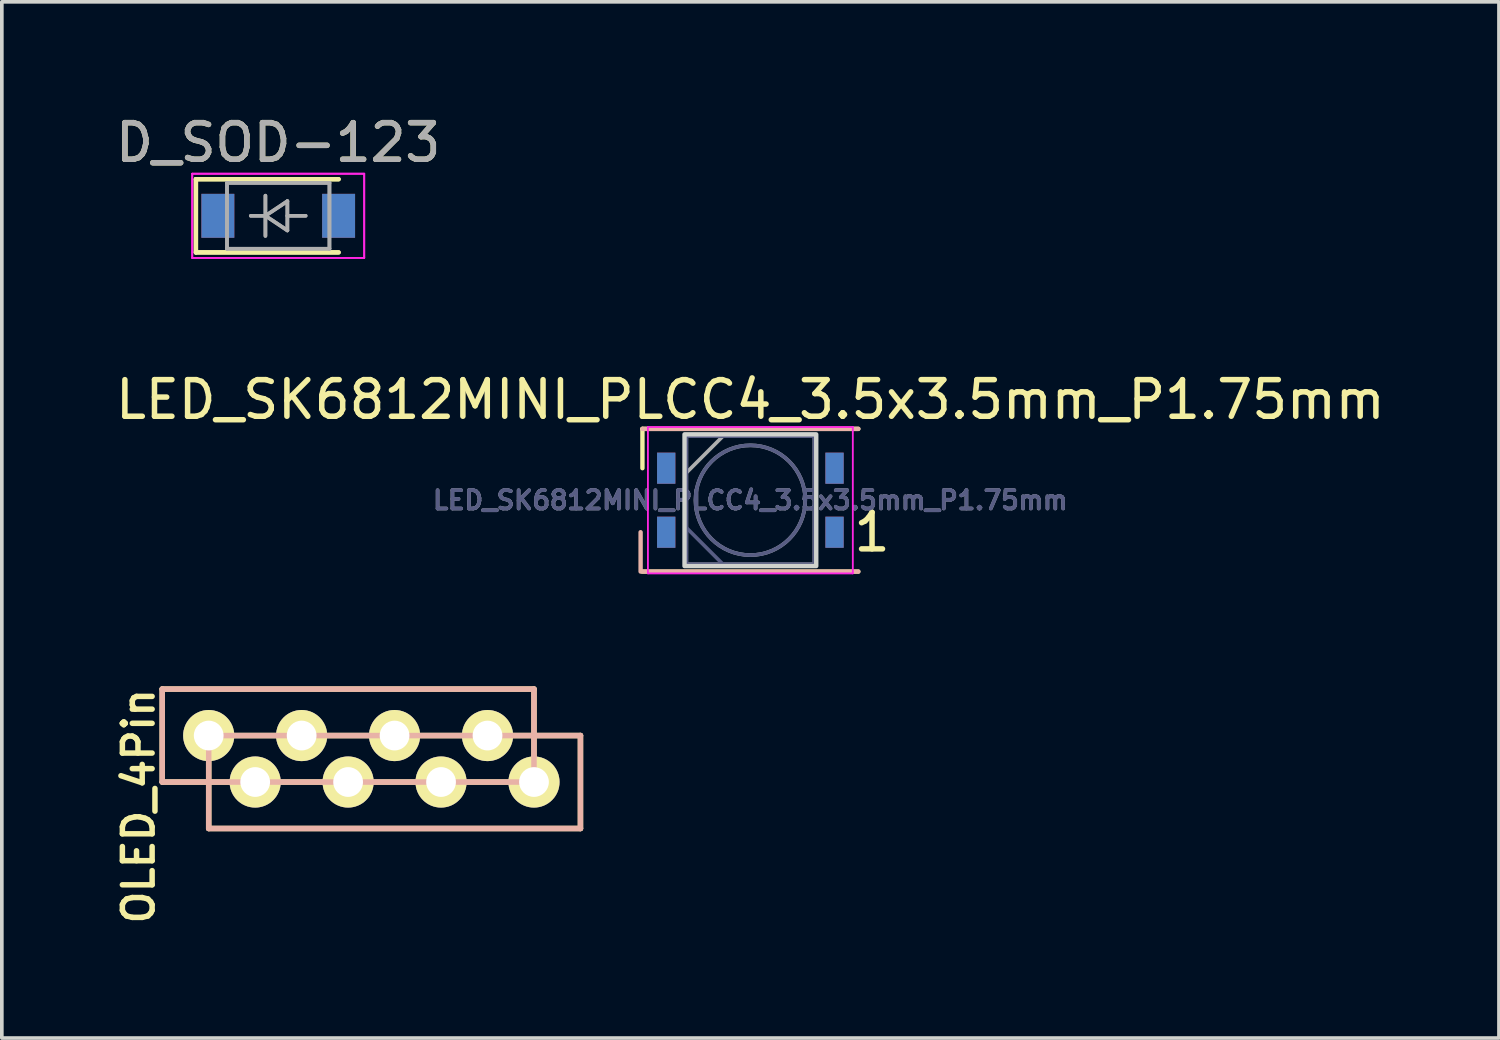
<source format=kicad_pcb>
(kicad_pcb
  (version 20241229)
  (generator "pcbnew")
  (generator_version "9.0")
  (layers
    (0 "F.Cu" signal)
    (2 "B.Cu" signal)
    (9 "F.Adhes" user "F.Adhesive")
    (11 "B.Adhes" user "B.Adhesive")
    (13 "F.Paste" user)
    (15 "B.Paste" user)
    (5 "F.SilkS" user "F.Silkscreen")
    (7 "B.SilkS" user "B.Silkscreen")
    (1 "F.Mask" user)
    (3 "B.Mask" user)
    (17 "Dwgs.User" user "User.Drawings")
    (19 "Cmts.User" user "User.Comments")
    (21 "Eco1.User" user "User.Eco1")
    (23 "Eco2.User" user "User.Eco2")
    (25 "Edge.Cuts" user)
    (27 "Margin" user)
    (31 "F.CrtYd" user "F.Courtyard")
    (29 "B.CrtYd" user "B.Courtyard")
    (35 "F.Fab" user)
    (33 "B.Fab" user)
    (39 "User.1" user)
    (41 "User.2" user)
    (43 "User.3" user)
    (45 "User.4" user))
  (footprint "OLED_4Pin"
    (layer "F.Cu")
    (at 2.654 17.053)
    (property "Reference" "OLED_4Pin" (at -1.915 1.93 90) (layer "F.SilkS") (effects (font (size 0.813 0.813) (thickness 0.15))))
    (attr through_hole)
    (fp_line (start -1.27 -1.27) (end 8.89 -1.27) (stroke (width 0.15) (type solid)) (layer "F.SilkS"))
    (fp_line (start -1.27 1.27) (end -1.27 -1.27) (stroke (width 0.15) (type solid)) (layer "F.SilkS"))
    (fp_line (start -1.27 1.27) (end 8.89 1.27) (stroke (width 0.15) (type solid)) (layer "F.SilkS"))
    (fp_line (start 0 0) (end 0 2.54) (stroke (width 0.15) (type solid)) (layer "F.SilkS"))
    (fp_line (start 8.89 -1.27) (end 8.89 1.27) (stroke (width 0.15) (type solid)) (layer "F.SilkS"))
    (fp_line (start 10.16 0) (end 0 0) (stroke (width 0.15) (type solid)) (layer "F.SilkS"))
    (fp_line (start 10.16 2.54) (end 0 2.54) (stroke (width 0.15) (type solid)) (layer "F.SilkS"))
    (fp_line (start 10.16 2.54) (end 10.16 0) (stroke (width 0.15) (type solid)) (layer "F.SilkS"))
    (fp_line (start -1.27 -1.27) (end 8.89 -1.27) (stroke (width 0.15) (type solid)) (layer "B.SilkS"))
    (fp_line (start -1.27 1.27) (end -1.27 -1.27) (stroke (width 0.15) (type solid)) (layer "B.SilkS"))
    (fp_line (start 0 0) (end 0 2.54) (stroke (width 0.15) (type solid)) (layer "B.SilkS"))
    (fp_line (start 0 2.54) (end 10.16 2.54) (stroke (width 0.15) (type solid)) (layer "B.SilkS"))
    (fp_line (start 8.89 -1.27) (end 8.89 1.27) (stroke (width 0.15) (type solid)) (layer "B.SilkS"))
    (fp_line (start 8.89 1.27) (end -1.27 1.27) (stroke (width 0.15) (type solid)) (layer "B.SilkS"))
    (fp_line (start 10.16 0) (end 0 0) (stroke (width 0.15) (type solid)) (layer "B.SilkS"))
    (fp_line (start 10.16 2.54) (end 10.16 0) (stroke (width 0.15) (type solid)) (layer "B.SilkS"))
    (pad "1" thru_hole circle (at 0 0) (size 1.397 1.397) (drill 0.813) (layers "*.Cu" "*.Mask" "F.SilkS"))
    (pad "1" thru_hole circle (at 8.89 1.27) (size 1.397 1.397) (drill 0.813) (layers "*.Cu" "*.Mask" "F.SilkS"))
    (pad "2" thru_hole circle (at 2.54 0) (size 1.397 1.397) (drill 0.813) (layers "*.Cu" "*.Mask" "F.SilkS"))
    (pad "2" thru_hole circle (at 6.35 1.27) (size 1.397 1.397) (drill 0.813) (layers "*.Cu" "*.Mask" "F.SilkS"))
    (pad "3" thru_hole circle (at 3.81 1.27) (size 1.397 1.397) (drill 0.813) (layers "*.Cu" "*.Mask" "F.SilkS"))
    (pad "3" thru_hole circle (at 5.08 0) (size 1.397 1.397) (drill 0.813) (layers "*.Cu" "*.Mask" "F.SilkS"))
    (pad "4" thru_hole circle (at 1.27 1.27) (size 1.397 1.397) (drill 0.813) (layers "*.Cu" "*.Mask" "F.SilkS"))
    (pad "4" thru_hole circle (at 7.62 0) (size 1.397 1.397) (drill 0.813) (layers "*.Cu" "*.Mask" "F.SilkS")))
  (footprint "D_SOD-123"
    (layer "F.Cu")
    (at 4.554 2.848)
    (property "Reference" "D_SOD-123" (at 0 -2 0) (layer "F.SilkS") (effects (font (size 1 1) (thickness 0.15))))
    (attr smd)
    (fp_line (start -2.25 -1) (end -2.25 1) (stroke (width 0.12) (type solid)) (layer "F.SilkS"))
    (fp_line (start -2.25 -1) (end -2.25 1) (stroke (width 0.12) (type solid)) (layer "F.SilkS"))
    (fp_line (start -2.25 -1) (end 1.65 -1) (stroke (width 0.12) (type solid)) (layer "F.SilkS"))
    (fp_line (start -2.25 -1) (end 1.65 -1) (stroke (width 0.12) (type solid)) (layer "F.SilkS"))
    (fp_line (start -2.25 1) (end 1.65 1) (stroke (width 0.12) (type solid)) (layer "F.SilkS"))
    (fp_line (start -2.25 1) (end 1.65 1) (stroke (width 0.12) (type solid)) (layer "F.SilkS"))
    (fp_line (start -2.35 -1.15) (end -2.35 1.15) (stroke (width 0.05) (type solid)) (layer "F.CrtYd"))
    (fp_line (start -2.35 -1.15) (end -2.35 1.15) (stroke (width 0.05) (type solid)) (layer "F.CrtYd"))
    (fp_line (start -2.35 -1.15) (end 2.35 -1.15) (stroke (width 0.05) (type solid)) (layer "F.CrtYd"))
    (fp_line (start -2.35 -1.15) (end 2.35 -1.15) (stroke (width 0.05) (type solid)) (layer "F.CrtYd"))
    (fp_line (start 2.35 -1.15) (end 2.35 1.15) (stroke (width 0.05) (type solid)) (layer "F.CrtYd"))
    (fp_line (start 2.35 -1.15) (end 2.35 1.15) (stroke (width 0.05) (type solid)) (layer "F.CrtYd"))
    (fp_line (start 2.35 1.15) (end -2.35 1.15) (stroke (width 0.05) (type solid)) (layer "F.CrtYd"))
    (fp_line (start 2.35 1.15) (end -2.35 1.15) (stroke (width 0.05) (type solid)) (layer "F.CrtYd"))
    (fp_line (start -1.4 -0.9) (end 1.4 -0.9) (stroke (width 0.1) (type solid)) (layer "F.Fab"))
    (fp_line (start -1.4 -0.9) (end 1.4 -0.9) (stroke (width 0.1) (type solid)) (layer "F.Fab"))
    (fp_line (start -1.4 0.9) (end -1.4 -0.9) (stroke (width 0.1) (type solid)) (layer "F.Fab"))
    (fp_line (start -1.4 0.9) (end -1.4 -0.9) (stroke (width 0.1) (type solid)) (layer "F.Fab"))
    (fp_line (start -0.75 0) (end -0.35 0) (stroke (width 0.1) (type solid)) (layer "F.Fab"))
    (fp_line (start -0.75 0) (end -0.35 0) (stroke (width 0.1) (type solid)) (layer "F.Fab"))
    (fp_line (start -0.35 0) (end -0.35 -0.55) (stroke (width 0.1) (type solid)) (layer "F.Fab"))
    (fp_line (start -0.35 0) (end -0.35 -0.55) (stroke (width 0.1) (type solid)) (layer "F.Fab"))
    (fp_line (start -0.35 0) (end -0.35 0.55) (stroke (width 0.1) (type solid)) (layer "F.Fab"))
    (fp_line (start -0.35 0) (end -0.35 0.55) (stroke (width 0.1) (type solid)) (layer "F.Fab"))
    (fp_line (start -0.35 0) (end 0.25 -0.4) (stroke (width 0.1) (type solid)) (layer "F.Fab"))
    (fp_line (start -0.35 0) (end 0.25 -0.4) (stroke (width 0.1) (type solid)) (layer "F.Fab"))
    (fp_line (start 0.25 -0.4) (end 0.25 0.4) (stroke (width 0.1) (type solid)) (layer "F.Fab"))
    (fp_line (start 0.25 -0.4) (end 0.25 0.4) (stroke (width 0.1) (type solid)) (layer "F.Fab"))
    (fp_line (start 0.25 0) (end 0.75 0) (stroke (width 0.1) (type solid)) (layer "F.Fab"))
    (fp_line (start 0.25 0) (end 0.75 0) (stroke (width 0.1) (type solid)) (layer "F.Fab"))
    (fp_line (start 0.25 0.4) (end -0.35 0) (stroke (width 0.1) (type solid)) (layer "F.Fab"))
    (fp_line (start 0.25 0.4) (end -0.35 0) (stroke (width 0.1) (type solid)) (layer "F.Fab"))
    (fp_line (start 1.4 -0.9) (end 1.4 0.9) (stroke (width 0.1) (type solid)) (layer "F.Fab"))
    (fp_line (start 1.4 -0.9) (end 1.4 0.9) (stroke (width 0.1) (type solid)) (layer "F.Fab"))
    (fp_line (start 1.4 0.9) (end -1.4 0.9) (stroke (width 0.1) (type solid)) (layer "F.Fab"))
    (fp_line (start 1.4 0.9) (end -1.4 0.9) (stroke (width 0.1) (type solid)) (layer "F.Fab"))
    (fp_text user "${REFERENCE}" (at 0 -2 0) (layer "F.Fab") (effects (font (size 1 1) (thickness 0.15))))
    (pad "1" smd rect (at -1.65 0) (size 0.9 1.2) (layers "F.Cu" "F.Mask" "F.Paste"))
    (pad "1" smd rect (at -1.65 0) (size 0.9 1.2) (layers "B.Cu" "B.Mask" "B.Paste"))
    (pad "2" smd rect (at 1.65 0) (size 0.9 1.2) (layers "F.Cu" "F.Mask" "F.Paste"))
    (pad "2" smd rect (at 1.65 0) (size 0.9 1.2) (layers "B.Cu" "B.Mask" "B.Paste")))
  (footprint "LED_SK6812MINI_PLCC4_3.5x3.5mm_P1.75mm"
    (layer "F.Cu")
    (at 17.458 10.621)
    (property "Reference" "LED_SK6812MINI_PLCC4_3.5x3.5mm_P1.75mm" (at 0 -2.75 0) (layer "F.SilkS") (effects (font (size 1 1) (thickness 0.15))))
    (attr smd)
    (fp_line (start -2.95 -1.95) (end -2.95 -0.875) (stroke (width 0.12) (type solid)) (layer "F.SilkS"))
    (fp_line (start 2.95 -1.95) (end -2.95 -1.95) (stroke (width 0.12) (type solid)) (layer "F.SilkS"))
    (fp_line (start 2.95 1.95) (end -2.95 1.95) (stroke (width 0.12) (type solid)) (layer "F.SilkS"))
    (fp_line (start -3 1.95) (end -3 0.875) (stroke (width 0.12) (type solid)) (layer "B.SilkS"))
    (fp_line (start -2.95 -1.95) (end 2.95 -1.95) (stroke (width 0.12) (type solid)) (layer "B.SilkS"))
    (fp_line (start -2.95 1.95) (end 2.95 1.95) (stroke (width 0.12) (type solid)) (layer "B.SilkS"))
    (fp_rect (start -1.8 -1.8) (end 1.8 1.8) (stroke (width 0.12) (type solid)) (fill no) (layer "Edge.Cuts"))
    (fp_line (start -2.8 -2) (end -2.8 2) (stroke (width 0.05) (type solid)) (layer "F.CrtYd"))
    (fp_line (start -2.8 2) (end 2.8 2) (stroke (width 0.05) (type solid)) (layer "F.CrtYd"))
    (fp_line (start 2.8 -2) (end -2.8 -2) (stroke (width 0.05) (type solid)) (layer "F.CrtYd"))
    (fp_line (start 2.8 2) (end 2.8 -2) (stroke (width 0.05) (type solid)) (layer "F.CrtYd"))
    (fp_line (start -1.75 -1.75) (end 1.75 -1.75) (stroke (width 0.1) (type solid)) (layer "B.Fab"))
    (fp_line (start -1.75 0.75) (end -0.75 1.75) (stroke (width 0.1) (type solid)) (layer "B.Fab"))
    (fp_line (start -1.75 1.75) (end -1.75 -1.75) (stroke (width 0.1) (type solid)) (layer "B.Fab"))
    (fp_line (start 1.75 -1.75) (end 1.75 1.75) (stroke (width 0.1) (type solid)) (layer "B.Fab"))
    (fp_line (start 1.75 1.75) (end -1.75 1.75) (stroke (width 0.1) (type solid)) (layer "B.Fab"))
    (fp_circle (center 0 0) (end 1.5 0) (stroke (width 0.1) (type solid)) (fill no) (layer "B.Fab"))
    (fp_line (start -1.75 -1.75) (end -1.75 1.75) (stroke (width 0.1) (type solid)) (layer "F.Fab"))
    (fp_line (start -1.75 -0.75) (end -0.75 -1.75) (stroke (width 0.1) (type solid)) (layer "F.Fab"))
    (fp_line (start -1.75 1.75) (end 1.75 1.75) (stroke (width 0.1) (type solid)) (layer "F.Fab"))
    (fp_line (start 1.75 -1.75) (end -1.75 -1.75) (stroke (width 0.1) (type solid)) (layer "F.Fab"))
    (fp_line (start 1.75 1.75) (end 1.75 -1.75) (stroke (width 0.1) (type solid)) (layer "F.Fab"))
    (fp_circle (center 0 0) (end 0 1.5) (stroke (width 0.1) (type solid)) (fill no) (layer "F.Fab"))
    (fp_text user "1" (at 3.325 0.875 180) (layer "F.SilkS") (effects (font (size 1 1) (thickness 0.15))))
    (fp_text user "${REFERENCE}" (at 0 0 0) (layer "B.Fab") (effects (font (size 0.5 0.5) (thickness 0.1))))
    (fp_text user "${REFERENCE}" (at 0 0 180) (layer "F.Fab") (effects (font (size 0.5 0.5) (thickness 0.1))))
    (pad "1" smd rect (at -2.3 -0.875) (size 0.5 0.85) (layers "B.Cu" "B.Mask" "B.Paste"))
    (pad "1" smd rect (at -2.3 0.875 180) (size 0.5 0.85) (layers "F.Cu" "F.Mask" "F.Paste"))
    (pad "2" smd rect (at -2.3 -0.875 180) (size 0.5 0.85) (layers "F.Cu" "F.Mask" "F.Paste"))
    (pad "2" smd rect (at -2.3 0.875) (size 0.5 0.85) (layers "B.Cu" "B.Mask" "B.Paste"))
    (pad "3" smd rect (at 2.3 -0.875 180) (size 0.5 0.85) (layers "F.Cu" "F.Mask" "F.Paste"))
    (pad "3" smd rect (at 2.3 0.875) (size 0.5 0.85) (layers "B.Cu" "B.Mask" "B.Paste"))
    (pad "4" smd rect (at 2.3 -0.875) (size 0.5 0.85) (layers "B.Cu" "B.Mask" "B.Paste"))
    (pad "4" smd rect (at 2.3 0.875 180) (size 0.5 0.85) (layers "F.Cu" "F.Mask" "F.Paste")))
  (gr_rect
    (start -3 -3)
    (end 37.917 25.32)
    (stroke (width 0.1) (type default))
    (fill no)
    (layer "Edge.Cuts")))
</source>
